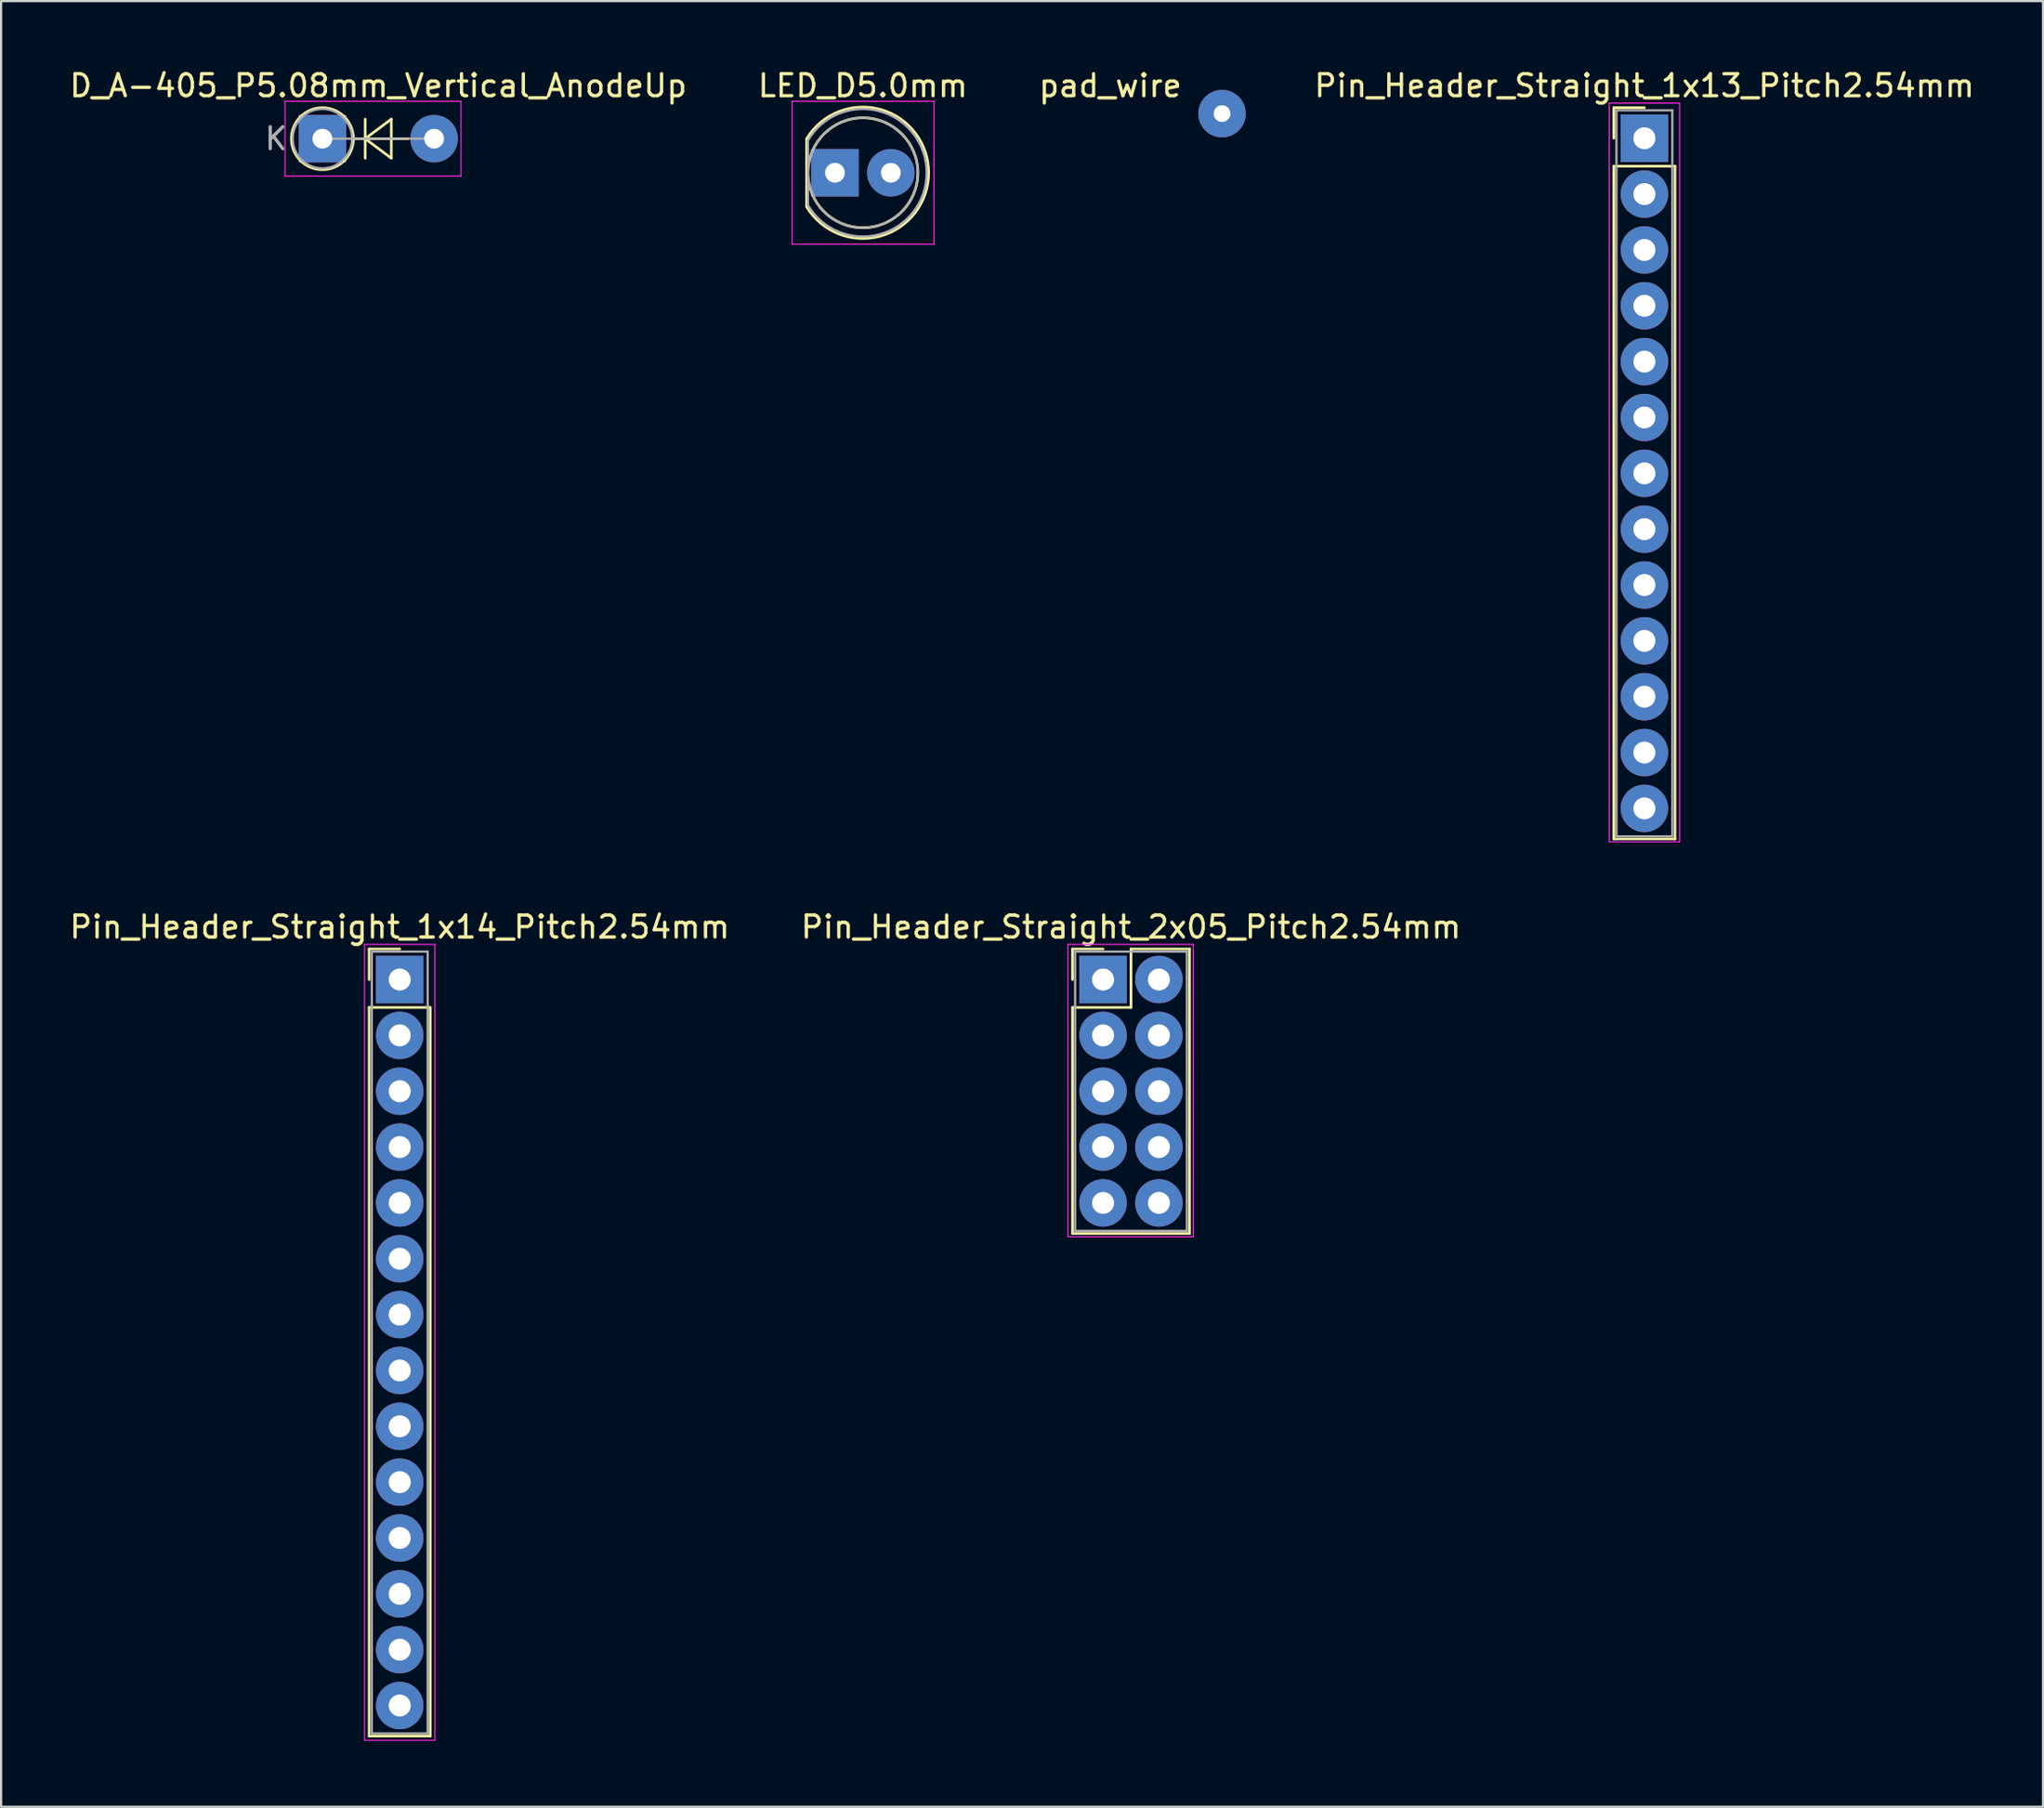
<source format=kicad_pcb>
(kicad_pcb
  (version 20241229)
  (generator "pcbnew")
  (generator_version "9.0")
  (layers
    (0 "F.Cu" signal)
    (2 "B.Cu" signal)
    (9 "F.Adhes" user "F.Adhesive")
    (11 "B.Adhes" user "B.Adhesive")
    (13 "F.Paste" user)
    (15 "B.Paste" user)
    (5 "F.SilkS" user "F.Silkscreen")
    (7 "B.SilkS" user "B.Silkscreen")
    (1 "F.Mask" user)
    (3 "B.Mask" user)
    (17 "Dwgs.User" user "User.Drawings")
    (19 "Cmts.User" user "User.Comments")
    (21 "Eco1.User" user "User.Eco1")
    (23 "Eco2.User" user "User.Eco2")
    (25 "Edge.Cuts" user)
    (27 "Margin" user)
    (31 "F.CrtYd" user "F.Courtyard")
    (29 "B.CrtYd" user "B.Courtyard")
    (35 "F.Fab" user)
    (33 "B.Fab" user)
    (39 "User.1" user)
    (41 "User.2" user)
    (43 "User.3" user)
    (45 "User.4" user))
  (footprint "Pin_Header_Straight_1x14_Pitch2.54mm"
    (layer "F.Cu")
    (at 15.125 41.502)
    (property "Reference" "Pin_Header_Straight_1x14_Pitch2.54mm" (at 0 -2.39 0) (layer "F.SilkS") (effects (font (size 1 1) (thickness 0.15))))
    (attr through_hole)
    (fp_line (start -1.39 -1.39) (end 0 -1.39) (stroke (width 0.12) (type solid)) (layer "F.SilkS"))
    (fp_line (start -1.39 0) (end -1.39 -1.39) (stroke (width 0.12) (type solid)) (layer "F.SilkS"))
    (fp_line (start -1.39 1.27) (end -1.39 34.41) (stroke (width 0.12) (type solid)) (layer "F.SilkS"))
    (fp_line (start -1.39 34.41) (end 1.39 34.41) (stroke (width 0.12) (type solid)) (layer "F.SilkS"))
    (fp_line (start 1.39 1.27) (end -1.39 1.27) (stroke (width 0.12) (type solid)) (layer "F.SilkS"))
    (fp_line (start 1.39 34.41) (end 1.39 1.27) (stroke (width 0.12) (type solid)) (layer "F.SilkS"))
    (fp_line (start -1.6 -1.6) (end -1.6 34.6) (stroke (width 0.05) (type solid)) (layer "F.CrtYd"))
    (fp_line (start -1.6 34.6) (end 1.6 34.6) (stroke (width 0.05) (type solid)) (layer "F.CrtYd"))
    (fp_line (start 1.6 -1.6) (end -1.6 -1.6) (stroke (width 0.05) (type solid)) (layer "F.CrtYd"))
    (fp_line (start 1.6 34.6) (end 1.6 -1.6) (stroke (width 0.05) (type solid)) (layer "F.CrtYd"))
    (fp_line (start -1.27 -1.27) (end -1.27 34.29) (stroke (width 0.1) (type solid)) (layer "F.Fab"))
    (fp_line (start -1.27 34.29) (end 1.27 34.29) (stroke (width 0.1) (type solid)) (layer "F.Fab"))
    (fp_line (start 1.27 -1.27) (end -1.27 -1.27) (stroke (width 0.1) (type solid)) (layer "F.Fab"))
    (fp_line (start 1.27 34.29) (end 1.27 -1.27) (stroke (width 0.1) (type solid)) (layer "F.Fab"))
    (pad "1" thru_hole rect (at 0 0) (size 2.159 2.159) (drill 1) (layers "*.Cu" "*.Mask"))
    (pad "2" thru_hole oval (at 0 2.54) (size 2.159 2.159) (drill 1) (layers "*.Cu" "*.Mask"))
    (pad "3" thru_hole oval (at 0 5.08) (size 2.159 2.159) (drill 1) (layers "*.Cu" "*.Mask"))
    (pad "4" thru_hole oval (at 0 7.62) (size 2.159 2.159) (drill 1) (layers "*.Cu" "*.Mask"))
    (pad "5" thru_hole oval (at 0 10.16) (size 2.159 2.159) (drill 1) (layers "*.Cu" "*.Mask"))
    (pad "6" thru_hole oval (at 0 12.7) (size 2.159 2.159) (drill 1) (layers "*.Cu" "*.Mask"))
    (pad "7" thru_hole oval (at 0 15.24) (size 2.159 2.159) (drill 1) (layers "*.Cu" "*.Mask"))
    (pad "8" thru_hole oval (at 0 17.78) (size 2.159 2.159) (drill 1) (layers "*.Cu" "*.Mask"))
    (pad "9" thru_hole oval (at 0 20.32) (size 2.159 2.159) (drill 1) (layers "*.Cu" "*.Mask"))
    (pad "10" thru_hole oval (at 0 22.86) (size 2.159 2.159) (drill 1) (layers "*.Cu" "*.Mask"))
    (pad "11" thru_hole oval (at 0 25.4) (size 2.159 2.159) (drill 1) (layers "*.Cu" "*.Mask"))
    (pad "12" thru_hole oval (at 0 27.94) (size 2.159 2.159) (drill 1) (layers "*.Cu" "*.Mask"))
    (pad "13" thru_hole oval (at 0 30.48) (size 2.159 2.159) (drill 1) (layers "*.Cu" "*.Mask"))
    (pad "14" thru_hole oval (at 0 33.02) (size 2.159 2.159) (drill 1) (layers "*.Cu" "*.Mask")))
  (footprint "pad_wire"
    (layer "F.Cu")
    (at 52.515 2.118)
    (property "Reference" "pad_wire" (at -5.08 -1.27 0) (layer "F.SilkS") (effects (font (size 1 1) (thickness 0.15))))
    (attr through_hole)
    (pad "1" thru_hole circle (at 0 0) (size 2.159 2.159) (drill 0.762) (layers "*.Cu" "*.Mask")))
  (footprint "LED_D5.0mm"
    (layer "F.Cu")
    (at 34.915 4.808)
    (property "Reference" "LED_D5.0mm" (at 1.27 -3.96 0) (layer "F.SilkS") (effects (font (size 1 1) (thickness 0.15))))
    (attr through_hole)
    (fp_line (start -1.29 -1.545) (end -1.29 1.545) (stroke (width 0.12) (type solid)) (layer "F.SilkS"))
    (fp_arc (start -1.29 -1.54483) (mid 2.072002 -2.880433) (end 4.26 0.000462) (stroke (width 0.12) (type solid)) (layer "F.SilkS"))
    (fp_arc (start 4.26 -0.000462) (mid 2.072002 2.880433) (end -1.29 1.54483) (stroke (width 0.12) (type solid)) (layer "F.SilkS"))
    (fp_circle (center 1.27 0) (end 3.77 0) (stroke (width 0.12) (type solid)) (fill no) (layer "F.SilkS"))
    (fp_line (start -1.95 -3.25) (end -1.95 3.25) (stroke (width 0.05) (type solid)) (layer "F.CrtYd"))
    (fp_line (start -1.95 3.25) (end 4.5 3.25) (stroke (width 0.05) (type solid)) (layer "F.CrtYd"))
    (fp_line (start 4.5 -3.25) (end -1.95 -3.25) (stroke (width 0.05) (type solid)) (layer "F.CrtYd"))
    (fp_line (start 4.5 3.25) (end 4.5 -3.25) (stroke (width 0.05) (type solid)) (layer "F.CrtYd"))
    (fp_line (start -1.23 -1.47) (end -1.23 1.47) (stroke (width 0.1) (type solid)) (layer "F.Fab"))
    (fp_arc (start -1.23 -1.469694) (mid 4.17 0.000016) (end -1.230016 1.469666) (stroke (width 0.1) (type solid)) (layer "F.Fab"))
    (fp_circle (center 1.27 0) (end 3.77 0) (stroke (width 0.1) (type solid)) (fill no) (layer "F.Fab"))
    (pad "1" thru_hole rect (at 0 0) (size 2.159 2.159) (drill 0.9) (layers "*.Cu" "*.Mask"))
    (pad "2" thru_hole circle (at 2.54 0) (size 2.159 2.159) (drill 0.9) (layers "*.Cu" "*.Mask")))
  (footprint "Pin_Header_Straight_1x13_Pitch2.54mm"
    (layer "F.Cu")
    (at 71.719 3.238)
    (property "Reference" "Pin_Header_Straight_1x13_Pitch2.54mm" (at 0 -2.39 0) (layer "F.SilkS") (effects (font (size 1 1) (thickness 0.15))))
    (attr through_hole)
    (fp_line (start -1.39 -1.39) (end 0 -1.39) (stroke (width 0.12) (type solid)) (layer "F.SilkS"))
    (fp_line (start -1.39 0) (end -1.39 -1.39) (stroke (width 0.12) (type solid)) (layer "F.SilkS"))
    (fp_line (start -1.39 1.27) (end -1.39 31.87) (stroke (width 0.12) (type solid)) (layer "F.SilkS"))
    (fp_line (start -1.39 31.87) (end 1.39 31.87) (stroke (width 0.12) (type solid)) (layer "F.SilkS"))
    (fp_line (start 1.39 1.27) (end -1.39 1.27) (stroke (width 0.12) (type solid)) (layer "F.SilkS"))
    (fp_line (start 1.39 31.87) (end 1.39 1.27) (stroke (width 0.12) (type solid)) (layer "F.SilkS"))
    (fp_line (start -1.6 -1.6) (end -1.6 32) (stroke (width 0.05) (type solid)) (layer "F.CrtYd"))
    (fp_line (start -1.6 32) (end 1.6 32) (stroke (width 0.05) (type solid)) (layer "F.CrtYd"))
    (fp_line (start 1.6 -1.6) (end -1.6 -1.6) (stroke (width 0.05) (type solid)) (layer "F.CrtYd"))
    (fp_line (start 1.6 32) (end 1.6 -1.6) (stroke (width 0.05) (type solid)) (layer "F.CrtYd"))
    (fp_line (start -1.27 -1.27) (end -1.27 31.75) (stroke (width 0.1) (type solid)) (layer "F.Fab"))
    (fp_line (start -1.27 31.75) (end 1.27 31.75) (stroke (width 0.1) (type solid)) (layer "F.Fab"))
    (fp_line (start 1.27 -1.27) (end -1.27 -1.27) (stroke (width 0.1) (type solid)) (layer "F.Fab"))
    (fp_line (start 1.27 31.75) (end 1.27 -1.27) (stroke (width 0.1) (type solid)) (layer "F.Fab"))
    (pad "1" thru_hole rect (at 0 0) (size 2.159 2.159) (drill 1) (layers "*.Cu" "*.Mask"))
    (pad "2" thru_hole oval (at 0 2.54) (size 2.159 2.159) (drill 1) (layers "*.Cu" "*.Mask"))
    (pad "3" thru_hole oval (at 0 5.08) (size 2.159 2.159) (drill 1) (layers "*.Cu" "*.Mask"))
    (pad "4" thru_hole oval (at 0 7.62) (size 2.159 2.159) (drill 1) (layers "*.Cu" "*.Mask"))
    (pad "5" thru_hole oval (at 0 10.16) (size 2.159 2.159) (drill 1) (layers "*.Cu" "*.Mask"))
    (pad "6" thru_hole oval (at 0 12.7) (size 2.159 2.159) (drill 1) (layers "*.Cu" "*.Mask"))
    (pad "7" thru_hole oval (at 0 15.24) (size 2.159 2.159) (drill 1) (layers "*.Cu" "*.Mask"))
    (pad "8" thru_hole oval (at 0 17.78) (size 2.159 2.159) (drill 1) (layers "*.Cu" "*.Mask"))
    (pad "9" thru_hole oval (at 0 20.32) (size 2.159 2.159) (drill 1) (layers "*.Cu" "*.Mask"))
    (pad "10" thru_hole oval (at 0 22.86) (size 2.159 2.159) (drill 1) (layers "*.Cu" "*.Mask"))
    (pad "11" thru_hole oval (at 0 25.4) (size 2.159 2.159) (drill 1) (layers "*.Cu" "*.Mask"))
    (pad "12" thru_hole oval (at 0 27.94) (size 2.159 2.159) (drill 1) (layers "*.Cu" "*.Mask"))
    (pad "13" thru_hole oval (at 0 30.48) (size 2.159 2.159) (drill 1) (layers "*.Cu" "*.Mask")))
  (footprint "D_A-405_P5.08mm_Vertical_AnodeUp"
    (layer "F.Cu")
    (at 11.609 3.258)
    (property "Reference" "D_A-405_P5.08mm_Vertical_AnodeUp" (at 2.54 -2.41 0) (layer "F.SilkS") (effects (font (size 1 1) (thickness 0.15))))
    (attr through_hole)
    (fp_line (start 1.41 0) (end 3.88 0) (stroke (width 0.12) (type solid)) (layer "F.SilkS"))
    (fp_line (start 1.947 -0.889) (end 1.947 0.889) (stroke (width 0.12) (type solid)) (layer "F.SilkS"))
    (fp_line (start 1.947 0) (end 3.133 -0.889) (stroke (width 0.12) (type solid)) (layer "F.SilkS"))
    (fp_line (start 3.133 -0.889) (end 3.133 0.889) (stroke (width 0.12) (type solid)) (layer "F.SilkS"))
    (fp_line (start 3.133 0.889) (end 1.947 0) (stroke (width 0.12) (type solid)) (layer "F.SilkS"))
    (fp_circle (center 0 0) (end 1.41 0) (stroke (width 0.12) (type solid)) (fill no) (layer "F.SilkS"))
    (fp_line (start -1.7 -1.7) (end -1.7 1.7) (stroke (width 0.05) (type solid)) (layer "F.CrtYd"))
    (fp_line (start -1.7 1.7) (end 6.3 1.7) (stroke (width 0.05) (type solid)) (layer "F.CrtYd"))
    (fp_line (start 6.3 -1.7) (end -1.7 -1.7) (stroke (width 0.05) (type solid)) (layer "F.CrtYd"))
    (fp_line (start 6.3 1.7) (end 6.3 -1.7) (stroke (width 0.05) (type solid)) (layer "F.CrtYd"))
    (fp_line (start 0 0) (end 5.08 0) (stroke (width 0.1) (type solid)) (layer "F.Fab"))
    (fp_circle (center 0 0) (end 1.35 0) (stroke (width 0.1) (type solid)) (fill no) (layer "F.Fab"))
    (fp_text user "K" (at -2.11 0 0) (layer "F.Fab") (effects (font (size 1 1) (thickness 0.15))))
    (pad "1" thru_hole rect (at 0 0) (size 2.159 2.159) (drill 0.9) (layers "*.Cu" "*.Mask"))
    (pad "2" thru_hole oval (at 5.08 0) (size 2.159 2.159) (drill 0.9) (layers "*.Cu" "*.Mask")))
  (footprint "Pin_Header_Straight_2x05_Pitch2.54mm"
    (layer "F.Cu")
    (at 47.105 41.502)
    (property "Reference" "Pin_Header_Straight_2x05_Pitch2.54mm" (at 1.27 -2.39 0) (layer "F.SilkS") (effects (font (size 1 1) (thickness 0.15))))
    (attr through_hole)
    (fp_line (start -1.39 -1.39) (end 0 -1.39) (stroke (width 0.12) (type solid)) (layer "F.SilkS"))
    (fp_line (start -1.39 0) (end -1.39 -1.39) (stroke (width 0.12) (type solid)) (layer "F.SilkS"))
    (fp_line (start -1.39 1.27) (end -1.39 11.55) (stroke (width 0.12) (type solid)) (layer "F.SilkS"))
    (fp_line (start -1.39 11.55) (end 3.93 11.55) (stroke (width 0.12) (type solid)) (layer "F.SilkS"))
    (fp_line (start 1.27 -1.39) (end 1.27 1.27) (stroke (width 0.12) (type solid)) (layer "F.SilkS"))
    (fp_line (start 1.27 1.27) (end -1.39 1.27) (stroke (width 0.12) (type solid)) (layer "F.SilkS"))
    (fp_line (start 3.93 -1.39) (end 1.27 -1.39) (stroke (width 0.12) (type solid)) (layer "F.SilkS"))
    (fp_line (start 3.93 11.55) (end 3.93 -1.39) (stroke (width 0.12) (type solid)) (layer "F.SilkS"))
    (fp_line (start -1.6 -1.6) (end -1.6 11.7) (stroke (width 0.05) (type solid)) (layer "F.CrtYd"))
    (fp_line (start -1.6 11.7) (end 4.1 11.7) (stroke (width 0.05) (type solid)) (layer "F.CrtYd"))
    (fp_line (start 4.1 -1.6) (end -1.6 -1.6) (stroke (width 0.05) (type solid)) (layer "F.CrtYd"))
    (fp_line (start 4.1 11.7) (end 4.1 -1.6) (stroke (width 0.05) (type solid)) (layer "F.CrtYd"))
    (fp_line (start -1.27 -1.27) (end -1.27 11.43) (stroke (width 0.1) (type solid)) (layer "F.Fab"))
    (fp_line (start -1.27 11.43) (end 3.81 11.43) (stroke (width 0.1) (type solid)) (layer "F.Fab"))
    (fp_line (start 3.81 -1.27) (end -1.27 -1.27) (stroke (width 0.1) (type solid)) (layer "F.Fab"))
    (fp_line (start 3.81 11.43) (end 3.81 -1.27) (stroke (width 0.1) (type solid)) (layer "F.Fab"))
    (pad "1" thru_hole rect (at 0 0) (size 2.159 2.159) (drill 1) (layers "*.Cu" "*.Mask"))
    (pad "2" thru_hole oval (at 2.54 0) (size 2.159 2.159) (drill 1) (layers "*.Cu" "*.Mask"))
    (pad "3" thru_hole oval (at 0 2.54) (size 2.159 2.159) (drill 1) (layers "*.Cu" "*.Mask"))
    (pad "4" thru_hole oval (at 2.54 2.54) (size 2.159 2.159) (drill 1) (layers "*.Cu" "*.Mask"))
    (pad "5" thru_hole oval (at 0 5.08) (size 2.159 2.159) (drill 1) (layers "*.Cu" "*.Mask"))
    (pad "6" thru_hole oval (at 2.54 5.08) (size 2.159 2.159) (drill 1) (layers "*.Cu" "*.Mask"))
    (pad "7" thru_hole oval (at 0 7.62) (size 2.159 2.159) (drill 1) (layers "*.Cu" "*.Mask"))
    (pad "8" thru_hole oval (at 2.54 7.62) (size 2.159 2.159) (drill 1) (layers "*.Cu" "*.Mask"))
    (pad "9" thru_hole oval (at 0 10.16) (size 2.159 2.159) (drill 1) (layers "*.Cu" "*.Mask"))
    (pad "10" thru_hole oval (at 2.54 10.16) (size 2.159 2.159) (drill 1) (layers "*.Cu" "*.Mask")))
  (gr_rect
    (start -3 -3)
    (end 89.844 79.126)
    (stroke (width 0.1) (type default))
    (fill no)
    (layer "Edge.Cuts")))
</source>
